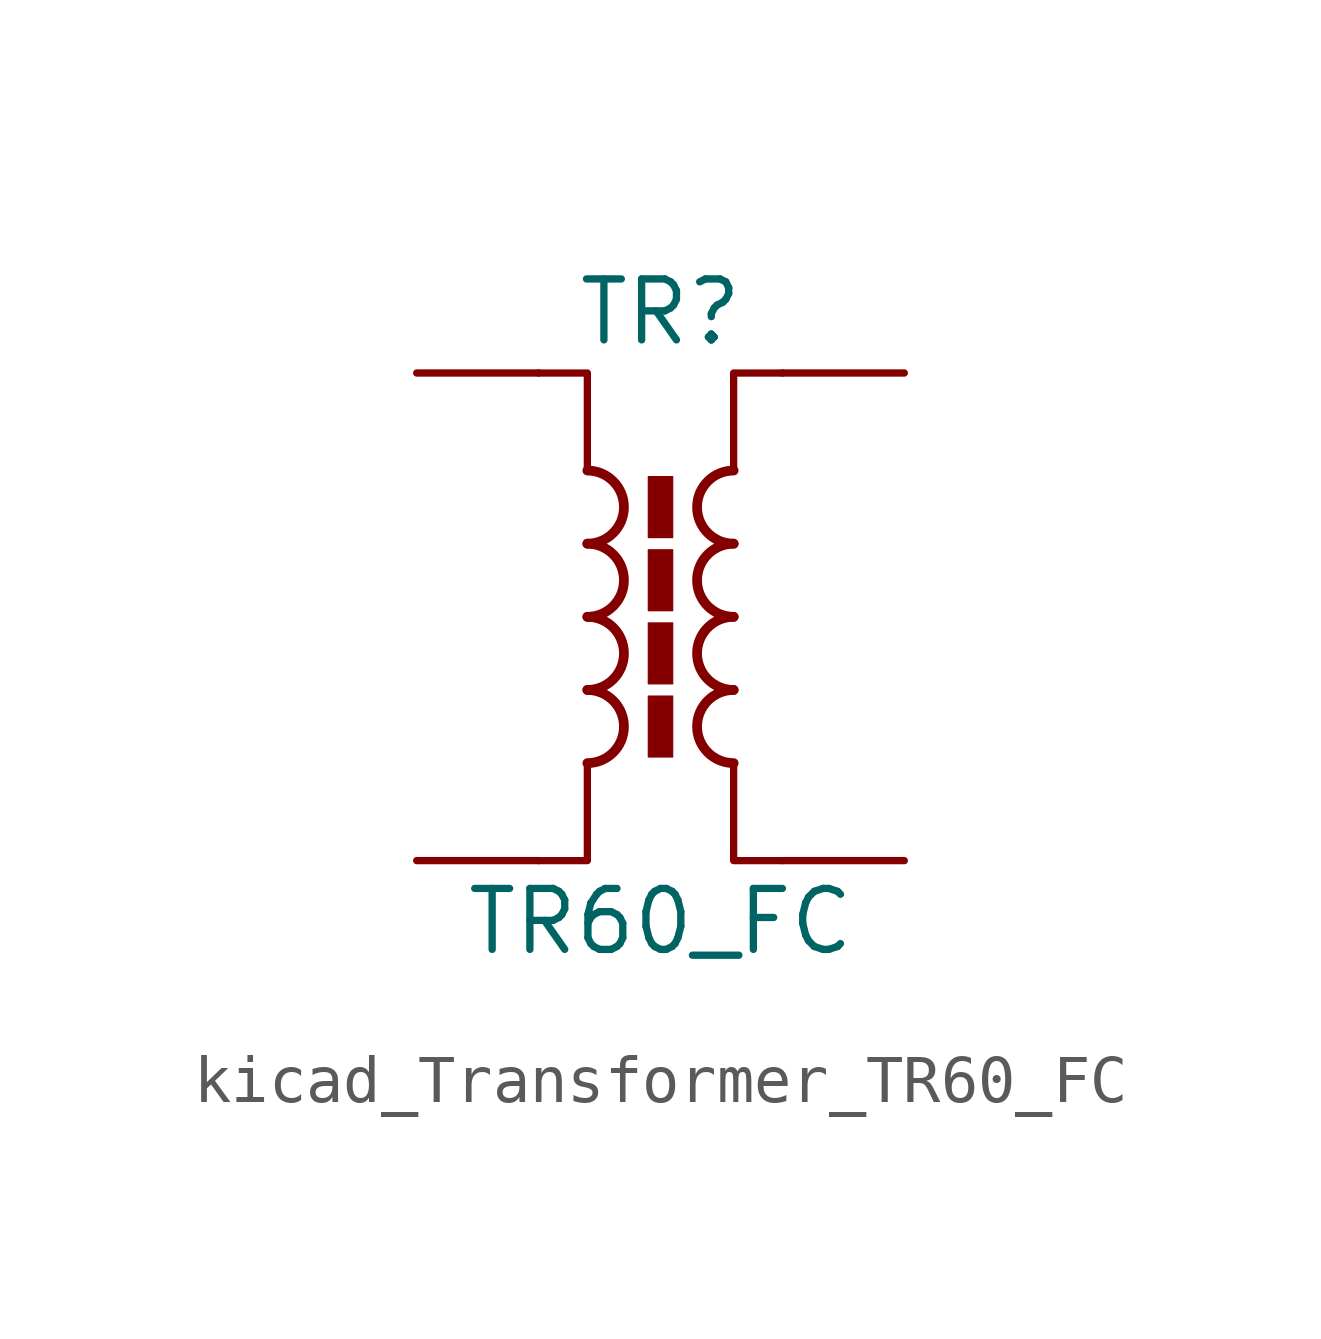
<source format=kicad_sym>
(kicad_symbol_lib
  (version 20220914)
  (generator kicad_symbol_editor)
  (symbol "kicad_Transformer_TR60_FC"
    (pin_numbers hide)
    (pin_names
      (offset 0))
    (property "Reference" "TR"
      (at 0 6.35 0)
      (effects (font (size 1.27 1.27))))
    (property "Value" "TR60_FC"
      (at 0 -6.35 0)
      (effects (font (size 1.27 1.27))))
    (symbol "kicad_Transformer_TR60_FC_0_1"
      (arc (start -1.524 -3.048) (mid -0.7653 -2.286) (end -1.524 -1.524) (stroke (width 0.2032) (type default)) (fill (type none)))
      (arc (start -1.524 -1.524) (mid -0.7653 -0.762) (end -1.524 0) (stroke (width 0.2032) (type default)) (fill (type none)))
      (arc (start -1.524 0) (mid -0.7653 0.762) (end -1.524 1.524) (stroke (width 0.2032) (type default)) (fill (type none)))
      (arc (start -1.524 1.524) (mid -0.7653 2.286) (end -1.524 3.048) (stroke (width 0.2032) (type default)) (fill (type none)))
      (rectangle (start -0.254 -1.651) (end 0.254 -2.921) (stroke (width 0.025) (type default)) (fill (type outline)))
      (rectangle (start -0.254 -0.127) (end 0.254 -1.397) (stroke (width 0.025) (type default)) (fill (type outline)))
      (rectangle (start -0.254 1.397) (end 0.254 0.127) (stroke (width 0.025) (type default)) (fill (type outline)))
      (rectangle (start -0.254 2.921) (end 0.254 1.651) (stroke (width 0.025) (type default)) (fill (type outline)))
      (polyline (pts (xy -2.54 5.08) (xy -1.524 5.08) (xy -1.524 3.048) (xy -1.524 3.048)) (stroke (width 0.152) (type default)) (fill (type none)))
      (polyline (pts (xy -1.524 -3.048) (xy -1.524 -5.08) (xy -2.54 -5.08) (xy -2.54 -5.08)) (stroke (width 0.152) (type default)) (fill (type none)))
      (polyline (pts (xy 1.524 3.048) (xy 1.524 5.08) (xy 2.54 5.08) (xy 2.54 5.08)) (stroke (width 0.152) (type default)) (fill (type none)))
      (polyline (pts (xy 2.54 -5.08) (xy 1.524 -5.08) (xy 1.524 -3.048) (xy 1.524 -3.048)) (stroke (width 0.152) (type default)) (fill (type none)))
      (arc (start 1.524 -1.524) (mid 0.7653 -2.286) (end 1.524 -3.048) (stroke (width 0.2032) (type default)) (fill (type none)))
      (arc (start 1.524 0) (mid 0.7653 -0.762) (end 1.524 -1.524) (stroke (width 0.2032) (type default)) (fill (type none)))
      (arc (start 1.524 1.524) (mid 0.7653 0.762) (end 1.524 0) (stroke (width 0.2032) (type default)) (fill (type none)))
      (arc (start 1.524 3.048) (mid 0.7653 2.286) (end 1.524 1.524) (stroke (width 0.2032) (type default)) (fill (type none))))
    (symbol "kicad_Transformer_TR60_FC_1_1"
      (pin passive line (at -5.08 5.08 0) (length 2.54) (name "~" (effects (font (size 1.27 1.27)))) (number "1" (effects (font (size 1.27 1.27)))))
      (pin passive line (at -5.08 -5.08 0) (length 2.54) (name "~" (effects (font (size 1.27 1.27)))) (number "2" (effects (font (size 1.27 1.27)))))
      (pin passive line (at 5.08 5.08 180) (length 2.54) (name "~" (effects (font (size 1.27 1.27)))) (number "3" (effects (font (size 1.27 1.27)))))
      (pin passive line (at 5.08 -5.08 180) (length 2.54) (name "~" (effects (font (size 1.27 1.27)))) (number "4" (effects (font (size 1.27 1.27))))))))
</source>
